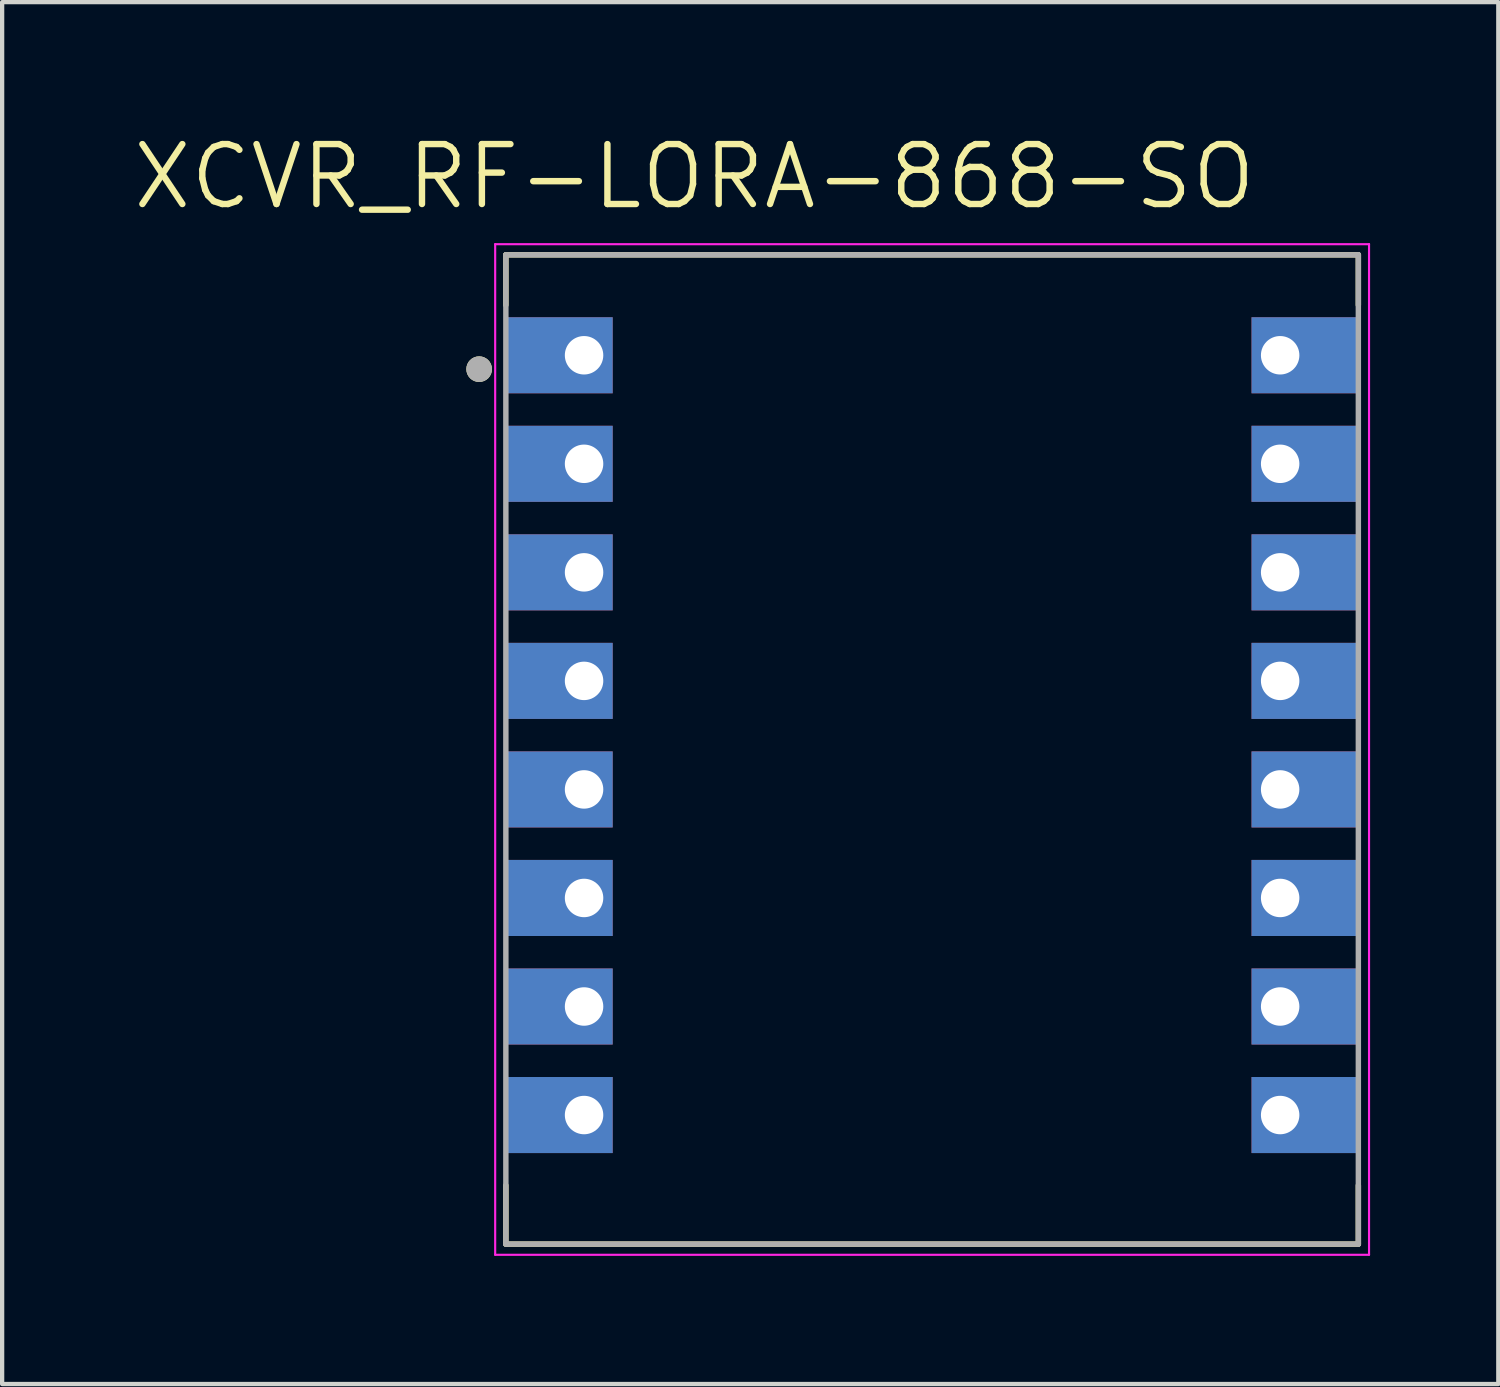
<source format=kicad_pcb>
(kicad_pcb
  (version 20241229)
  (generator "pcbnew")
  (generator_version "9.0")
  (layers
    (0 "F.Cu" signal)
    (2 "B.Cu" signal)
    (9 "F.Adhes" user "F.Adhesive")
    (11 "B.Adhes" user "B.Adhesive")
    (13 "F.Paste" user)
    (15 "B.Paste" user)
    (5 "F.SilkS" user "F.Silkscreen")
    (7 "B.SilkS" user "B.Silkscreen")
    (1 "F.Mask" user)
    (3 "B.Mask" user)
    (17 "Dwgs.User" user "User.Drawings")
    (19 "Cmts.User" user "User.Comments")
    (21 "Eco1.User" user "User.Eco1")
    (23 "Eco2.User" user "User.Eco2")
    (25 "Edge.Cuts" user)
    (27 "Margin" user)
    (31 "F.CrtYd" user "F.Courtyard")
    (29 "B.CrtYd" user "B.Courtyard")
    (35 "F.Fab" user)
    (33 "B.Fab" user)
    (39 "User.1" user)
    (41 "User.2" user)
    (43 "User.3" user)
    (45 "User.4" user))
  (footprint "XCVR_RF-LORA-868-SO"
    (layer "F.Cu")
    (at 18.763 14.489)
    (property "Reference" "XCVR_RF-LORA-868-SO" (at -5.562 -13.406 0) (layer "F.SilkS") (effects (font (size 1.402 1.402) (thickness 0.15))))
    (attr through_hole)
    (fp_line (start -9.975 -11.575) (end -9.975 -10.4) (stroke (width 0.127) (type solid)) (layer "F.SilkS"))
    (fp_line (start -9.975 11.575) (end -9.975 10.2) (stroke (width 0.127) (type solid)) (layer "F.SilkS"))
    (fp_line (start -9.975 11.575) (end 9.975 11.575) (stroke (width 0.127) (type solid)) (layer "F.SilkS"))
    (fp_line (start 9.975 -11.575) (end -9.975 -11.575) (stroke (width 0.127) (type solid)) (layer "F.SilkS"))
    (fp_line (start 9.975 -11.575) (end 9.975 -10.4) (stroke (width 0.127) (type solid)) (layer "F.SilkS"))
    (fp_line (start 9.975 11.575) (end 9.975 10.2) (stroke (width 0.127) (type solid)) (layer "F.SilkS"))
    (fp_circle (center -10.6 -8.9) (end -10.45 -8.9) (stroke (width 0.3) (type solid)) (fill no) (layer "F.SilkS"))
    (fp_line (start -10.225 -11.825) (end 10.225 -11.825) (stroke (width 0.05) (type solid)) (layer "F.CrtYd"))
    (fp_line (start -10.225 11.825) (end -10.225 -11.825) (stroke (width 0.05) (type solid)) (layer "F.CrtYd"))
    (fp_line (start 10.225 -11.825) (end 10.225 11.825) (stroke (width 0.05) (type solid)) (layer "F.CrtYd"))
    (fp_line (start 10.225 11.825) (end -10.225 11.825) (stroke (width 0.05) (type solid)) (layer "F.CrtYd"))
    (fp_line (start -9.975 -11.575) (end 9.975 -11.575) (stroke (width 0.127) (type solid)) (layer "F.Fab"))
    (fp_line (start -9.975 11.575) (end -9.975 -11.575) (stroke (width 0.127) (type solid)) (layer "F.Fab"))
    (fp_line (start 9.975 -11.575) (end 9.975 11.575) (stroke (width 0.127) (type solid)) (layer "F.Fab"))
    (fp_line (start 9.975 11.575) (end -9.975 11.575) (stroke (width 0.127) (type solid)) (layer "F.Fab"))
    (fp_circle (center -10.6 -8.9) (end -10.45 -8.9) (stroke (width 0.3) (type solid)) (fill no) (layer "F.Fab"))
    (pad "1" thru_hole rect (at -8.145 -9.225) (size 2.5 1.78) (drill 0.9 (offset -0.58 0)) (layers "*.Cu" "*.Mask"))
    (pad "2" thru_hole rect (at -8.145 -6.685) (size 2.5 1.78) (drill 0.9 (offset -0.58 0)) (layers "*.Cu" "*.Mask"))
    (pad "3" thru_hole rect (at -8.145 -4.145) (size 2.5 1.78) (drill 0.9 (offset -0.58 0)) (layers "*.Cu" "*.Mask"))
    (pad "4" thru_hole rect (at -8.145 -1.605) (size 2.5 1.78) (drill 0.9 (offset -0.58 0)) (layers "*.Cu" "*.Mask"))
    (pad "5" thru_hole rect (at -8.145 0.935) (size 2.5 1.78) (drill 0.9 (offset -0.58 0)) (layers "*.Cu" "*.Mask"))
    (pad "6" thru_hole rect (at -8.145 3.475) (size 2.5 1.78) (drill 0.9 (offset -0.58 0)) (layers "*.Cu" "*.Mask"))
    (pad "7" thru_hole rect (at -8.145 6.015) (size 2.5 1.78) (drill 0.9 (offset -0.58 0)) (layers "*.Cu" "*.Mask"))
    (pad "8" thru_hole rect (at -8.145 8.555) (size 2.5 1.78) (drill 0.9 (offset -0.58 0)) (layers "*.Cu" "*.Mask"))
    (pad "9" thru_hole rect (at 8.145 8.555) (size 2.5 1.78) (drill 0.9 (offset 0.58 0)) (layers "*.Cu" "*.Mask"))
    (pad "10" thru_hole rect (at 8.145 6.015) (size 2.5 1.78) (drill 0.9 (offset 0.58 0)) (layers "*.Cu" "*.Mask"))
    (pad "11" thru_hole rect (at 8.145 3.475) (size 2.5 1.78) (drill 0.9 (offset 0.58 0)) (layers "*.Cu" "*.Mask"))
    (pad "12" thru_hole rect (at 8.145 0.935) (size 2.5 1.78) (drill 0.9 (offset 0.58 0)) (layers "*.Cu" "*.Mask"))
    (pad "13" thru_hole rect (at 8.145 -1.605) (size 2.5 1.78) (drill 0.9 (offset 0.58 0)) (layers "*.Cu" "*.Mask"))
    (pad "14" thru_hole rect (at 8.145 -4.145) (size 2.5 1.78) (drill 0.9 (offset 0.58 0)) (layers "*.Cu" "*.Mask"))
    (pad "15" thru_hole rect (at 8.145 -6.685) (size 2.5 1.78) (drill 0.9 (offset 0.58 0)) (layers "*.Cu" "*.Mask"))
    (pad "16" thru_hole rect (at 8.145 -9.225) (size 2.5 1.78) (drill 0.9 (offset 0.58 0)) (layers "*.Cu" "*.Mask")))
  (gr_rect
    (start -3 -3)
    (end 32.013 29.339)
    (stroke (width 0.1) (type default))
    (fill no)
    (layer "Edge.Cuts")))
</source>
